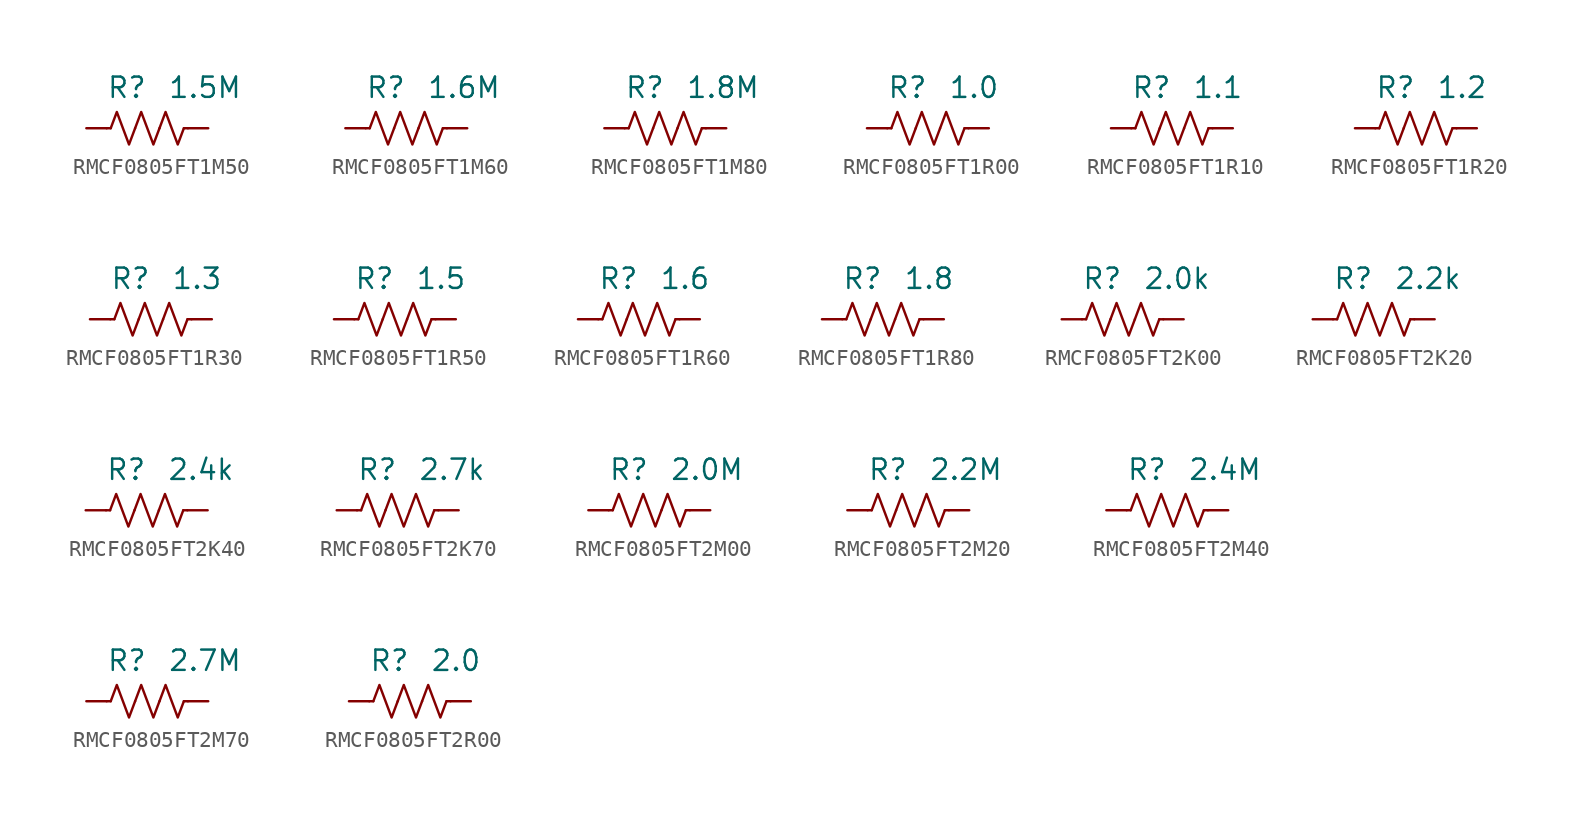
<source format=kicad_sym>
(kicad_symbol_lib
  (version 20241209)
  (generator "kicad_symbol_editor")
  (generator_version "9.0")
  (symbol "RMCF0805FT1M50"
    (pin_numbers
      (hide yes))
    (property "Reference" "R"
      (at 0 2.54 0)
      (effects (font (size 1.27 1.27)) (justify right)))
    (property "Value" "1.5M"
      (at 1.27 2.54 0)
      (effects (font (size 1.27 1.27)) (justify left)))
    (symbol "RMCF0805FT1M50_0_1"
      (polyline (pts (xy -2.286 0) (xy -2.54 0)) (stroke (width 0) (type default)) (fill (type none)))
      (polyline (pts (xy -2.286 0) (xy -1.905 1.016) (xy -1.524 0) (xy -1.143 -1.016) (xy -0.762 0)) (stroke (width 0) (type default)) (fill (type none)))
      (polyline (pts (xy -0.762 0) (xy -0.381 1.016) (xy 0 0) (xy 0.381 -1.016) (xy 0.762 0)) (stroke (width 0) (type default)) (fill (type none)))
      (polyline (pts (xy 0.762 0) (xy 1.143 1.016) (xy 1.524 0) (xy 1.905 -1.016) (xy 2.286 0)) (stroke (width 0) (type default)) (fill (type none)))
      (polyline (pts (xy 2.286 0) (xy 2.54 0)) (stroke (width 0) (type default)) (fill (type none))))
    (symbol "RMCF0805FT1M50_1_1"
      (pin passive line (at -3.81 0 0) (length 1.27) (name "~" (effects (font (size 1.27 1.27)))) (number "1" (effects (font (size 1.27 1.27)))))
      (pin passive line (at 3.81 0 180) (length 1.27) (name "~" (effects (font (size 1.27 1.27)))) (number "2" (effects (font (size 1.27 1.27)))))))
  (symbol "RMCF0805FT1M60"
    (pin_numbers
      (hide yes))
    (property "Reference" "R"
      (at 0 2.54 0)
      (effects (font (size 1.27 1.27)) (justify right)))
    (property "Value" "1.6M"
      (at 1.27 2.54 0)
      (effects (font (size 1.27 1.27)) (justify left)))
    (symbol "RMCF0805FT1M60_0_1"
      (polyline (pts (xy -2.286 0) (xy -2.54 0)) (stroke (width 0) (type default)) (fill (type none)))
      (polyline (pts (xy -2.286 0) (xy -1.905 1.016) (xy -1.524 0) (xy -1.143 -1.016) (xy -0.762 0)) (stroke (width 0) (type default)) (fill (type none)))
      (polyline (pts (xy -0.762 0) (xy -0.381 1.016) (xy 0 0) (xy 0.381 -1.016) (xy 0.762 0)) (stroke (width 0) (type default)) (fill (type none)))
      (polyline (pts (xy 0.762 0) (xy 1.143 1.016) (xy 1.524 0) (xy 1.905 -1.016) (xy 2.286 0)) (stroke (width 0) (type default)) (fill (type none)))
      (polyline (pts (xy 2.286 0) (xy 2.54 0)) (stroke (width 0) (type default)) (fill (type none))))
    (symbol "RMCF0805FT1M60_1_1"
      (pin passive line (at -3.81 0 0) (length 1.27) (name "~" (effects (font (size 1.27 1.27)))) (number "1" (effects (font (size 1.27 1.27)))))
      (pin passive line (at 3.81 0 180) (length 1.27) (name "~" (effects (font (size 1.27 1.27)))) (number "2" (effects (font (size 1.27 1.27)))))))
  (symbol "RMCF0805FT1M80"
    (pin_numbers
      (hide yes))
    (property "Reference" "R"
      (at 0 2.54 0)
      (effects (font (size 1.27 1.27)) (justify right)))
    (property "Value" "1.8M"
      (at 1.27 2.54 0)
      (effects (font (size 1.27 1.27)) (justify left)))
    (symbol "RMCF0805FT1M80_0_1"
      (polyline (pts (xy -2.286 0) (xy -2.54 0)) (stroke (width 0) (type default)) (fill (type none)))
      (polyline (pts (xy -2.286 0) (xy -1.905 1.016) (xy -1.524 0) (xy -1.143 -1.016) (xy -0.762 0)) (stroke (width 0) (type default)) (fill (type none)))
      (polyline (pts (xy -0.762 0) (xy -0.381 1.016) (xy 0 0) (xy 0.381 -1.016) (xy 0.762 0)) (stroke (width 0) (type default)) (fill (type none)))
      (polyline (pts (xy 0.762 0) (xy 1.143 1.016) (xy 1.524 0) (xy 1.905 -1.016) (xy 2.286 0)) (stroke (width 0) (type default)) (fill (type none)))
      (polyline (pts (xy 2.286 0) (xy 2.54 0)) (stroke (width 0) (type default)) (fill (type none))))
    (symbol "RMCF0805FT1M80_1_1"
      (pin passive line (at -3.81 0 0) (length 1.27) (name "~" (effects (font (size 1.27 1.27)))) (number "1" (effects (font (size 1.27 1.27)))))
      (pin passive line (at 3.81 0 180) (length 1.27) (name "~" (effects (font (size 1.27 1.27)))) (number "2" (effects (font (size 1.27 1.27)))))))
  (symbol "RMCF0805FT1R00"
    (pin_numbers
      (hide yes))
    (property "Reference" "R"
      (at 0 2.54 0)
      (effects (font (size 1.27 1.27)) (justify right)))
    (property "Value" "1.0"
      (at 1.27 2.54 0)
      (effects (font (size 1.27 1.27)) (justify left)))
    (symbol "RMCF0805FT1R00_0_1"
      (polyline (pts (xy -2.286 0) (xy -2.54 0)) (stroke (width 0) (type default)) (fill (type none)))
      (polyline (pts (xy -2.286 0) (xy -1.905 1.016) (xy -1.524 0) (xy -1.143 -1.016) (xy -0.762 0)) (stroke (width 0) (type default)) (fill (type none)))
      (polyline (pts (xy -0.762 0) (xy -0.381 1.016) (xy 0 0) (xy 0.381 -1.016) (xy 0.762 0)) (stroke (width 0) (type default)) (fill (type none)))
      (polyline (pts (xy 0.762 0) (xy 1.143 1.016) (xy 1.524 0) (xy 1.905 -1.016) (xy 2.286 0)) (stroke (width 0) (type default)) (fill (type none)))
      (polyline (pts (xy 2.286 0) (xy 2.54 0)) (stroke (width 0) (type default)) (fill (type none))))
    (symbol "RMCF0805FT1R00_1_1"
      (pin passive line (at -3.81 0 0) (length 1.27) (name "~" (effects (font (size 1.27 1.27)))) (number "1" (effects (font (size 1.27 1.27)))))
      (pin passive line (at 3.81 0 180) (length 1.27) (name "~" (effects (font (size 1.27 1.27)))) (number "2" (effects (font (size 1.27 1.27)))))))
  (symbol "RMCF0805FT1R10"
    (pin_numbers
      (hide yes))
    (property "Reference" "R"
      (at 0 2.54 0)
      (effects (font (size 1.27 1.27)) (justify right)))
    (property "Value" "1.1"
      (at 1.27 2.54 0)
      (effects (font (size 1.27 1.27)) (justify left)))
    (symbol "RMCF0805FT1R10_0_1"
      (polyline (pts (xy -2.286 0) (xy -2.54 0)) (stroke (width 0) (type default)) (fill (type none)))
      (polyline (pts (xy -2.286 0) (xy -1.905 1.016) (xy -1.524 0) (xy -1.143 -1.016) (xy -0.762 0)) (stroke (width 0) (type default)) (fill (type none)))
      (polyline (pts (xy -0.762 0) (xy -0.381 1.016) (xy 0 0) (xy 0.381 -1.016) (xy 0.762 0)) (stroke (width 0) (type default)) (fill (type none)))
      (polyline (pts (xy 0.762 0) (xy 1.143 1.016) (xy 1.524 0) (xy 1.905 -1.016) (xy 2.286 0)) (stroke (width 0) (type default)) (fill (type none)))
      (polyline (pts (xy 2.286 0) (xy 2.54 0)) (stroke (width 0) (type default)) (fill (type none))))
    (symbol "RMCF0805FT1R10_1_1"
      (pin passive line (at -3.81 0 0) (length 1.27) (name "~" (effects (font (size 1.27 1.27)))) (number "1" (effects (font (size 1.27 1.27)))))
      (pin passive line (at 3.81 0 180) (length 1.27) (name "~" (effects (font (size 1.27 1.27)))) (number "2" (effects (font (size 1.27 1.27)))))))
  (symbol "RMCF0805FT1R20"
    (pin_numbers
      (hide yes))
    (property "Reference" "R"
      (at 0 2.54 0)
      (effects (font (size 1.27 1.27)) (justify right)))
    (property "Value" "1.2"
      (at 1.27 2.54 0)
      (effects (font (size 1.27 1.27)) (justify left)))
    (symbol "RMCF0805FT1R20_0_1"
      (polyline (pts (xy -2.286 0) (xy -2.54 0)) (stroke (width 0) (type default)) (fill (type none)))
      (polyline (pts (xy -2.286 0) (xy -1.905 1.016) (xy -1.524 0) (xy -1.143 -1.016) (xy -0.762 0)) (stroke (width 0) (type default)) (fill (type none)))
      (polyline (pts (xy -0.762 0) (xy -0.381 1.016) (xy 0 0) (xy 0.381 -1.016) (xy 0.762 0)) (stroke (width 0) (type default)) (fill (type none)))
      (polyline (pts (xy 0.762 0) (xy 1.143 1.016) (xy 1.524 0) (xy 1.905 -1.016) (xy 2.286 0)) (stroke (width 0) (type default)) (fill (type none)))
      (polyline (pts (xy 2.286 0) (xy 2.54 0)) (stroke (width 0) (type default)) (fill (type none))))
    (symbol "RMCF0805FT1R20_1_1"
      (pin passive line (at -3.81 0 0) (length 1.27) (name "~" (effects (font (size 1.27 1.27)))) (number "1" (effects (font (size 1.27 1.27)))))
      (pin passive line (at 3.81 0 180) (length 1.27) (name "~" (effects (font (size 1.27 1.27)))) (number "2" (effects (font (size 1.27 1.27)))))))
  (symbol "RMCF0805FT1R30"
    (pin_numbers
      (hide yes))
    (property "Reference" "R"
      (at 0 2.54 0)
      (effects (font (size 1.27 1.27)) (justify right)))
    (property "Value" "1.3"
      (at 1.27 2.54 0)
      (effects (font (size 1.27 1.27)) (justify left)))
    (symbol "RMCF0805FT1R30_0_1"
      (polyline (pts (xy -2.286 0) (xy -2.54 0)) (stroke (width 0) (type default)) (fill (type none)))
      (polyline (pts (xy -2.286 0) (xy -1.905 1.016) (xy -1.524 0) (xy -1.143 -1.016) (xy -0.762 0)) (stroke (width 0) (type default)) (fill (type none)))
      (polyline (pts (xy -0.762 0) (xy -0.381 1.016) (xy 0 0) (xy 0.381 -1.016) (xy 0.762 0)) (stroke (width 0) (type default)) (fill (type none)))
      (polyline (pts (xy 0.762 0) (xy 1.143 1.016) (xy 1.524 0) (xy 1.905 -1.016) (xy 2.286 0)) (stroke (width 0) (type default)) (fill (type none)))
      (polyline (pts (xy 2.286 0) (xy 2.54 0)) (stroke (width 0) (type default)) (fill (type none))))
    (symbol "RMCF0805FT1R30_1_1"
      (pin passive line (at -3.81 0 0) (length 1.27) (name "~" (effects (font (size 1.27 1.27)))) (number "1" (effects (font (size 1.27 1.27)))))
      (pin passive line (at 3.81 0 180) (length 1.27) (name "~" (effects (font (size 1.27 1.27)))) (number "2" (effects (font (size 1.27 1.27)))))))
  (symbol "RMCF0805FT1R50"
    (pin_numbers
      (hide yes))
    (property "Reference" "R"
      (at 0 2.54 0)
      (effects (font (size 1.27 1.27)) (justify right)))
    (property "Value" "1.5"
      (at 1.27 2.54 0)
      (effects (font (size 1.27 1.27)) (justify left)))
    (symbol "RMCF0805FT1R50_0_1"
      (polyline (pts (xy -2.286 0) (xy -2.54 0)) (stroke (width 0) (type default)) (fill (type none)))
      (polyline (pts (xy -2.286 0) (xy -1.905 1.016) (xy -1.524 0) (xy -1.143 -1.016) (xy -0.762 0)) (stroke (width 0) (type default)) (fill (type none)))
      (polyline (pts (xy -0.762 0) (xy -0.381 1.016) (xy 0 0) (xy 0.381 -1.016) (xy 0.762 0)) (stroke (width 0) (type default)) (fill (type none)))
      (polyline (pts (xy 0.762 0) (xy 1.143 1.016) (xy 1.524 0) (xy 1.905 -1.016) (xy 2.286 0)) (stroke (width 0) (type default)) (fill (type none)))
      (polyline (pts (xy 2.286 0) (xy 2.54 0)) (stroke (width 0) (type default)) (fill (type none))))
    (symbol "RMCF0805FT1R50_1_1"
      (pin passive line (at -3.81 0 0) (length 1.27) (name "~" (effects (font (size 1.27 1.27)))) (number "1" (effects (font (size 1.27 1.27)))))
      (pin passive line (at 3.81 0 180) (length 1.27) (name "~" (effects (font (size 1.27 1.27)))) (number "2" (effects (font (size 1.27 1.27)))))))
  (symbol "RMCF0805FT1R60"
    (pin_numbers
      (hide yes))
    (property "Reference" "R"
      (at 0 2.54 0)
      (effects (font (size 1.27 1.27)) (justify right)))
    (property "Value" "1.6"
      (at 1.27 2.54 0)
      (effects (font (size 1.27 1.27)) (justify left)))
    (symbol "RMCF0805FT1R60_0_1"
      (polyline (pts (xy -2.286 0) (xy -2.54 0)) (stroke (width 0) (type default)) (fill (type none)))
      (polyline (pts (xy -2.286 0) (xy -1.905 1.016) (xy -1.524 0) (xy -1.143 -1.016) (xy -0.762 0)) (stroke (width 0) (type default)) (fill (type none)))
      (polyline (pts (xy -0.762 0) (xy -0.381 1.016) (xy 0 0) (xy 0.381 -1.016) (xy 0.762 0)) (stroke (width 0) (type default)) (fill (type none)))
      (polyline (pts (xy 0.762 0) (xy 1.143 1.016) (xy 1.524 0) (xy 1.905 -1.016) (xy 2.286 0)) (stroke (width 0) (type default)) (fill (type none)))
      (polyline (pts (xy 2.286 0) (xy 2.54 0)) (stroke (width 0) (type default)) (fill (type none))))
    (symbol "RMCF0805FT1R60_1_1"
      (pin passive line (at -3.81 0 0) (length 1.27) (name "~" (effects (font (size 1.27 1.27)))) (number "1" (effects (font (size 1.27 1.27)))))
      (pin passive line (at 3.81 0 180) (length 1.27) (name "~" (effects (font (size 1.27 1.27)))) (number "2" (effects (font (size 1.27 1.27)))))))
  (symbol "RMCF0805FT1R80"
    (pin_numbers
      (hide yes))
    (property "Reference" "R"
      (at 0 2.54 0)
      (effects (font (size 1.27 1.27)) (justify right)))
    (property "Value" "1.8"
      (at 1.27 2.54 0)
      (effects (font (size 1.27 1.27)) (justify left)))
    (symbol "RMCF0805FT1R80_0_1"
      (polyline (pts (xy -2.286 0) (xy -2.54 0)) (stroke (width 0) (type default)) (fill (type none)))
      (polyline (pts (xy -2.286 0) (xy -1.905 1.016) (xy -1.524 0) (xy -1.143 -1.016) (xy -0.762 0)) (stroke (width 0) (type default)) (fill (type none)))
      (polyline (pts (xy -0.762 0) (xy -0.381 1.016) (xy 0 0) (xy 0.381 -1.016) (xy 0.762 0)) (stroke (width 0) (type default)) (fill (type none)))
      (polyline (pts (xy 0.762 0) (xy 1.143 1.016) (xy 1.524 0) (xy 1.905 -1.016) (xy 2.286 0)) (stroke (width 0) (type default)) (fill (type none)))
      (polyline (pts (xy 2.286 0) (xy 2.54 0)) (stroke (width 0) (type default)) (fill (type none))))
    (symbol "RMCF0805FT1R80_1_1"
      (pin passive line (at -3.81 0 0) (length 1.27) (name "~" (effects (font (size 1.27 1.27)))) (number "1" (effects (font (size 1.27 1.27)))))
      (pin passive line (at 3.81 0 180) (length 1.27) (name "~" (effects (font (size 1.27 1.27)))) (number "2" (effects (font (size 1.27 1.27)))))))
  (symbol "RMCF0805FT2K00"
    (pin_numbers
      (hide yes))
    (property "Reference" "R"
      (at 0 2.54 0)
      (effects (font (size 1.27 1.27)) (justify right)))
    (property "Value" "2.0k"
      (at 1.27 2.54 0)
      (effects (font (size 1.27 1.27)) (justify left)))
    (symbol "RMCF0805FT2K00_0_1"
      (polyline (pts (xy -2.286 0) (xy -2.54 0)) (stroke (width 0) (type default)) (fill (type none)))
      (polyline (pts (xy -2.286 0) (xy -1.905 1.016) (xy -1.524 0) (xy -1.143 -1.016) (xy -0.762 0)) (stroke (width 0) (type default)) (fill (type none)))
      (polyline (pts (xy -0.762 0) (xy -0.381 1.016) (xy 0 0) (xy 0.381 -1.016) (xy 0.762 0)) (stroke (width 0) (type default)) (fill (type none)))
      (polyline (pts (xy 0.762 0) (xy 1.143 1.016) (xy 1.524 0) (xy 1.905 -1.016) (xy 2.286 0)) (stroke (width 0) (type default)) (fill (type none)))
      (polyline (pts (xy 2.286 0) (xy 2.54 0)) (stroke (width 0) (type default)) (fill (type none))))
    (symbol "RMCF0805FT2K00_1_1"
      (pin passive line (at -3.81 0 0) (length 1.27) (name "~" (effects (font (size 1.27 1.27)))) (number "1" (effects (font (size 1.27 1.27)))))
      (pin passive line (at 3.81 0 180) (length 1.27) (name "~" (effects (font (size 1.27 1.27)))) (number "2" (effects (font (size 1.27 1.27)))))))
  (symbol "RMCF0805FT2K20"
    (pin_numbers
      (hide yes))
    (property "Reference" "R"
      (at 0 2.54 0)
      (effects (font (size 1.27 1.27)) (justify right)))
    (property "Value" "2.2k"
      (at 1.27 2.54 0)
      (effects (font (size 1.27 1.27)) (justify left)))
    (symbol "RMCF0805FT2K20_0_1"
      (polyline (pts (xy -2.286 0) (xy -2.54 0)) (stroke (width 0) (type default)) (fill (type none)))
      (polyline (pts (xy -2.286 0) (xy -1.905 1.016) (xy -1.524 0) (xy -1.143 -1.016) (xy -0.762 0)) (stroke (width 0) (type default)) (fill (type none)))
      (polyline (pts (xy -0.762 0) (xy -0.381 1.016) (xy 0 0) (xy 0.381 -1.016) (xy 0.762 0)) (stroke (width 0) (type default)) (fill (type none)))
      (polyline (pts (xy 0.762 0) (xy 1.143 1.016) (xy 1.524 0) (xy 1.905 -1.016) (xy 2.286 0)) (stroke (width 0) (type default)) (fill (type none)))
      (polyline (pts (xy 2.286 0) (xy 2.54 0)) (stroke (width 0) (type default)) (fill (type none))))
    (symbol "RMCF0805FT2K20_1_1"
      (pin passive line (at -3.81 0 0) (length 1.27) (name "~" (effects (font (size 1.27 1.27)))) (number "1" (effects (font (size 1.27 1.27)))))
      (pin passive line (at 3.81 0 180) (length 1.27) (name "~" (effects (font (size 1.27 1.27)))) (number "2" (effects (font (size 1.27 1.27)))))))
  (symbol "RMCF0805FT2K40"
    (pin_numbers
      (hide yes))
    (property "Reference" "R"
      (at 0 2.54 0)
      (effects (font (size 1.27 1.27)) (justify right)))
    (property "Value" "2.4k"
      (at 1.27 2.54 0)
      (effects (font (size 1.27 1.27)) (justify left)))
    (symbol "RMCF0805FT2K40_0_1"
      (polyline (pts (xy -2.286 0) (xy -2.54 0)) (stroke (width 0) (type default)) (fill (type none)))
      (polyline (pts (xy -2.286 0) (xy -1.905 1.016) (xy -1.524 0) (xy -1.143 -1.016) (xy -0.762 0)) (stroke (width 0) (type default)) (fill (type none)))
      (polyline (pts (xy -0.762 0) (xy -0.381 1.016) (xy 0 0) (xy 0.381 -1.016) (xy 0.762 0)) (stroke (width 0) (type default)) (fill (type none)))
      (polyline (pts (xy 0.762 0) (xy 1.143 1.016) (xy 1.524 0) (xy 1.905 -1.016) (xy 2.286 0)) (stroke (width 0) (type default)) (fill (type none)))
      (polyline (pts (xy 2.286 0) (xy 2.54 0)) (stroke (width 0) (type default)) (fill (type none))))
    (symbol "RMCF0805FT2K40_1_1"
      (pin passive line (at -3.81 0 0) (length 1.27) (name "~" (effects (font (size 1.27 1.27)))) (number "1" (effects (font (size 1.27 1.27)))))
      (pin passive line (at 3.81 0 180) (length 1.27) (name "~" (effects (font (size 1.27 1.27)))) (number "2" (effects (font (size 1.27 1.27)))))))
  (symbol "RMCF0805FT2K70"
    (pin_numbers
      (hide yes))
    (property "Reference" "R"
      (at 0 2.54 0)
      (effects (font (size 1.27 1.27)) (justify right)))
    (property "Value" "2.7k"
      (at 1.27 2.54 0)
      (effects (font (size 1.27 1.27)) (justify left)))
    (symbol "RMCF0805FT2K70_0_1"
      (polyline (pts (xy -2.286 0) (xy -2.54 0)) (stroke (width 0) (type default)) (fill (type none)))
      (polyline (pts (xy -2.286 0) (xy -1.905 1.016) (xy -1.524 0) (xy -1.143 -1.016) (xy -0.762 0)) (stroke (width 0) (type default)) (fill (type none)))
      (polyline (pts (xy -0.762 0) (xy -0.381 1.016) (xy 0 0) (xy 0.381 -1.016) (xy 0.762 0)) (stroke (width 0) (type default)) (fill (type none)))
      (polyline (pts (xy 0.762 0) (xy 1.143 1.016) (xy 1.524 0) (xy 1.905 -1.016) (xy 2.286 0)) (stroke (width 0) (type default)) (fill (type none)))
      (polyline (pts (xy 2.286 0) (xy 2.54 0)) (stroke (width 0) (type default)) (fill (type none))))
    (symbol "RMCF0805FT2K70_1_1"
      (pin passive line (at -3.81 0 0) (length 1.27) (name "~" (effects (font (size 1.27 1.27)))) (number "1" (effects (font (size 1.27 1.27)))))
      (pin passive line (at 3.81 0 180) (length 1.27) (name "~" (effects (font (size 1.27 1.27)))) (number "2" (effects (font (size 1.27 1.27)))))))
  (symbol "RMCF0805FT2M00"
    (pin_numbers
      (hide yes))
    (property "Reference" "R"
      (at 0 2.54 0)
      (effects (font (size 1.27 1.27)) (justify right)))
    (property "Value" "2.0M"
      (at 1.27 2.54 0)
      (effects (font (size 1.27 1.27)) (justify left)))
    (symbol "RMCF0805FT2M00_0_1"
      (polyline (pts (xy -2.286 0) (xy -2.54 0)) (stroke (width 0) (type default)) (fill (type none)))
      (polyline (pts (xy -2.286 0) (xy -1.905 1.016) (xy -1.524 0) (xy -1.143 -1.016) (xy -0.762 0)) (stroke (width 0) (type default)) (fill (type none)))
      (polyline (pts (xy -0.762 0) (xy -0.381 1.016) (xy 0 0) (xy 0.381 -1.016) (xy 0.762 0)) (stroke (width 0) (type default)) (fill (type none)))
      (polyline (pts (xy 0.762 0) (xy 1.143 1.016) (xy 1.524 0) (xy 1.905 -1.016) (xy 2.286 0)) (stroke (width 0) (type default)) (fill (type none)))
      (polyline (pts (xy 2.286 0) (xy 2.54 0)) (stroke (width 0) (type default)) (fill (type none))))
    (symbol "RMCF0805FT2M00_1_1"
      (pin passive line (at -3.81 0 0) (length 1.27) (name "~" (effects (font (size 1.27 1.27)))) (number "1" (effects (font (size 1.27 1.27)))))
      (pin passive line (at 3.81 0 180) (length 1.27) (name "~" (effects (font (size 1.27 1.27)))) (number "2" (effects (font (size 1.27 1.27)))))))
  (symbol "RMCF0805FT2M20"
    (pin_numbers
      (hide yes))
    (property "Reference" "R"
      (at 0 2.54 0)
      (effects (font (size 1.27 1.27)) (justify right)))
    (property "Value" "2.2M"
      (at 1.27 2.54 0)
      (effects (font (size 1.27 1.27)) (justify left)))
    (symbol "RMCF0805FT2M20_0_1"
      (polyline (pts (xy -2.286 0) (xy -2.54 0)) (stroke (width 0) (type default)) (fill (type none)))
      (polyline (pts (xy -2.286 0) (xy -1.905 1.016) (xy -1.524 0) (xy -1.143 -1.016) (xy -0.762 0)) (stroke (width 0) (type default)) (fill (type none)))
      (polyline (pts (xy -0.762 0) (xy -0.381 1.016) (xy 0 0) (xy 0.381 -1.016) (xy 0.762 0)) (stroke (width 0) (type default)) (fill (type none)))
      (polyline (pts (xy 0.762 0) (xy 1.143 1.016) (xy 1.524 0) (xy 1.905 -1.016) (xy 2.286 0)) (stroke (width 0) (type default)) (fill (type none)))
      (polyline (pts (xy 2.286 0) (xy 2.54 0)) (stroke (width 0) (type default)) (fill (type none))))
    (symbol "RMCF0805FT2M20_1_1"
      (pin passive line (at -3.81 0 0) (length 1.27) (name "~" (effects (font (size 1.27 1.27)))) (number "1" (effects (font (size 1.27 1.27)))))
      (pin passive line (at 3.81 0 180) (length 1.27) (name "~" (effects (font (size 1.27 1.27)))) (number "2" (effects (font (size 1.27 1.27)))))))
  (symbol "RMCF0805FT2M40"
    (pin_numbers
      (hide yes))
    (property "Reference" "R"
      (at 0 2.54 0)
      (effects (font (size 1.27 1.27)) (justify right)))
    (property "Value" "2.4M"
      (at 1.27 2.54 0)
      (effects (font (size 1.27 1.27)) (justify left)))
    (symbol "RMCF0805FT2M40_0_1"
      (polyline (pts (xy -2.286 0) (xy -2.54 0)) (stroke (width 0) (type default)) (fill (type none)))
      (polyline (pts (xy -2.286 0) (xy -1.905 1.016) (xy -1.524 0) (xy -1.143 -1.016) (xy -0.762 0)) (stroke (width 0) (type default)) (fill (type none)))
      (polyline (pts (xy -0.762 0) (xy -0.381 1.016) (xy 0 0) (xy 0.381 -1.016) (xy 0.762 0)) (stroke (width 0) (type default)) (fill (type none)))
      (polyline (pts (xy 0.762 0) (xy 1.143 1.016) (xy 1.524 0) (xy 1.905 -1.016) (xy 2.286 0)) (stroke (width 0) (type default)) (fill (type none)))
      (polyline (pts (xy 2.286 0) (xy 2.54 0)) (stroke (width 0) (type default)) (fill (type none))))
    (symbol "RMCF0805FT2M40_1_1"
      (pin passive line (at -3.81 0 0) (length 1.27) (name "~" (effects (font (size 1.27 1.27)))) (number "1" (effects (font (size 1.27 1.27)))))
      (pin passive line (at 3.81 0 180) (length 1.27) (name "~" (effects (font (size 1.27 1.27)))) (number "2" (effects (font (size 1.27 1.27)))))))
  (symbol "RMCF0805FT2M70"
    (pin_numbers
      (hide yes))
    (property "Reference" "R"
      (at 0 2.54 0)
      (effects (font (size 1.27 1.27)) (justify right)))
    (property "Value" "2.7M"
      (at 1.27 2.54 0)
      (effects (font (size 1.27 1.27)) (justify left)))
    (symbol "RMCF0805FT2M70_0_1"
      (polyline (pts (xy -2.286 0) (xy -2.54 0)) (stroke (width 0) (type default)) (fill (type none)))
      (polyline (pts (xy -2.286 0) (xy -1.905 1.016) (xy -1.524 0) (xy -1.143 -1.016) (xy -0.762 0)) (stroke (width 0) (type default)) (fill (type none)))
      (polyline (pts (xy -0.762 0) (xy -0.381 1.016) (xy 0 0) (xy 0.381 -1.016) (xy 0.762 0)) (stroke (width 0) (type default)) (fill (type none)))
      (polyline (pts (xy 0.762 0) (xy 1.143 1.016) (xy 1.524 0) (xy 1.905 -1.016) (xy 2.286 0)) (stroke (width 0) (type default)) (fill (type none)))
      (polyline (pts (xy 2.286 0) (xy 2.54 0)) (stroke (width 0) (type default)) (fill (type none))))
    (symbol "RMCF0805FT2M70_1_1"
      (pin passive line (at -3.81 0 0) (length 1.27) (name "~" (effects (font (size 1.27 1.27)))) (number "1" (effects (font (size 1.27 1.27)))))
      (pin passive line (at 3.81 0 180) (length 1.27) (name "~" (effects (font (size 1.27 1.27)))) (number "2" (effects (font (size 1.27 1.27)))))))
  (symbol "RMCF0805FT2R00"
    (pin_numbers
      (hide yes))
    (property "Reference" "R"
      (at 0 2.54 0)
      (effects (font (size 1.27 1.27)) (justify right)))
    (property "Value" "2.0"
      (at 1.27 2.54 0)
      (effects (font (size 1.27 1.27)) (justify left)))
    (symbol "RMCF0805FT2R00_0_1"
      (polyline (pts (xy -2.286 0) (xy -2.54 0)) (stroke (width 0) (type default)) (fill (type none)))
      (polyline (pts (xy -2.286 0) (xy -1.905 1.016) (xy -1.524 0) (xy -1.143 -1.016) (xy -0.762 0)) (stroke (width 0) (type default)) (fill (type none)))
      (polyline (pts (xy -0.762 0) (xy -0.381 1.016) (xy 0 0) (xy 0.381 -1.016) (xy 0.762 0)) (stroke (width 0) (type default)) (fill (type none)))
      (polyline (pts (xy 0.762 0) (xy 1.143 1.016) (xy 1.524 0) (xy 1.905 -1.016) (xy 2.286 0)) (stroke (width 0) (type default)) (fill (type none)))
      (polyline (pts (xy 2.286 0) (xy 2.54 0)) (stroke (width 0) (type default)) (fill (type none))))
    (symbol "RMCF0805FT2R00_1_1"
      (pin passive line (at -3.81 0 0) (length 1.27) (name "~" (effects (font (size 1.27 1.27)))) (number "1" (effects (font (size 1.27 1.27)))))
      (pin passive line (at 3.81 0 180) (length 1.27) (name "~" (effects (font (size 1.27 1.27)))) (number "2" (effects (font (size 1.27 1.27))))))))
</source>
